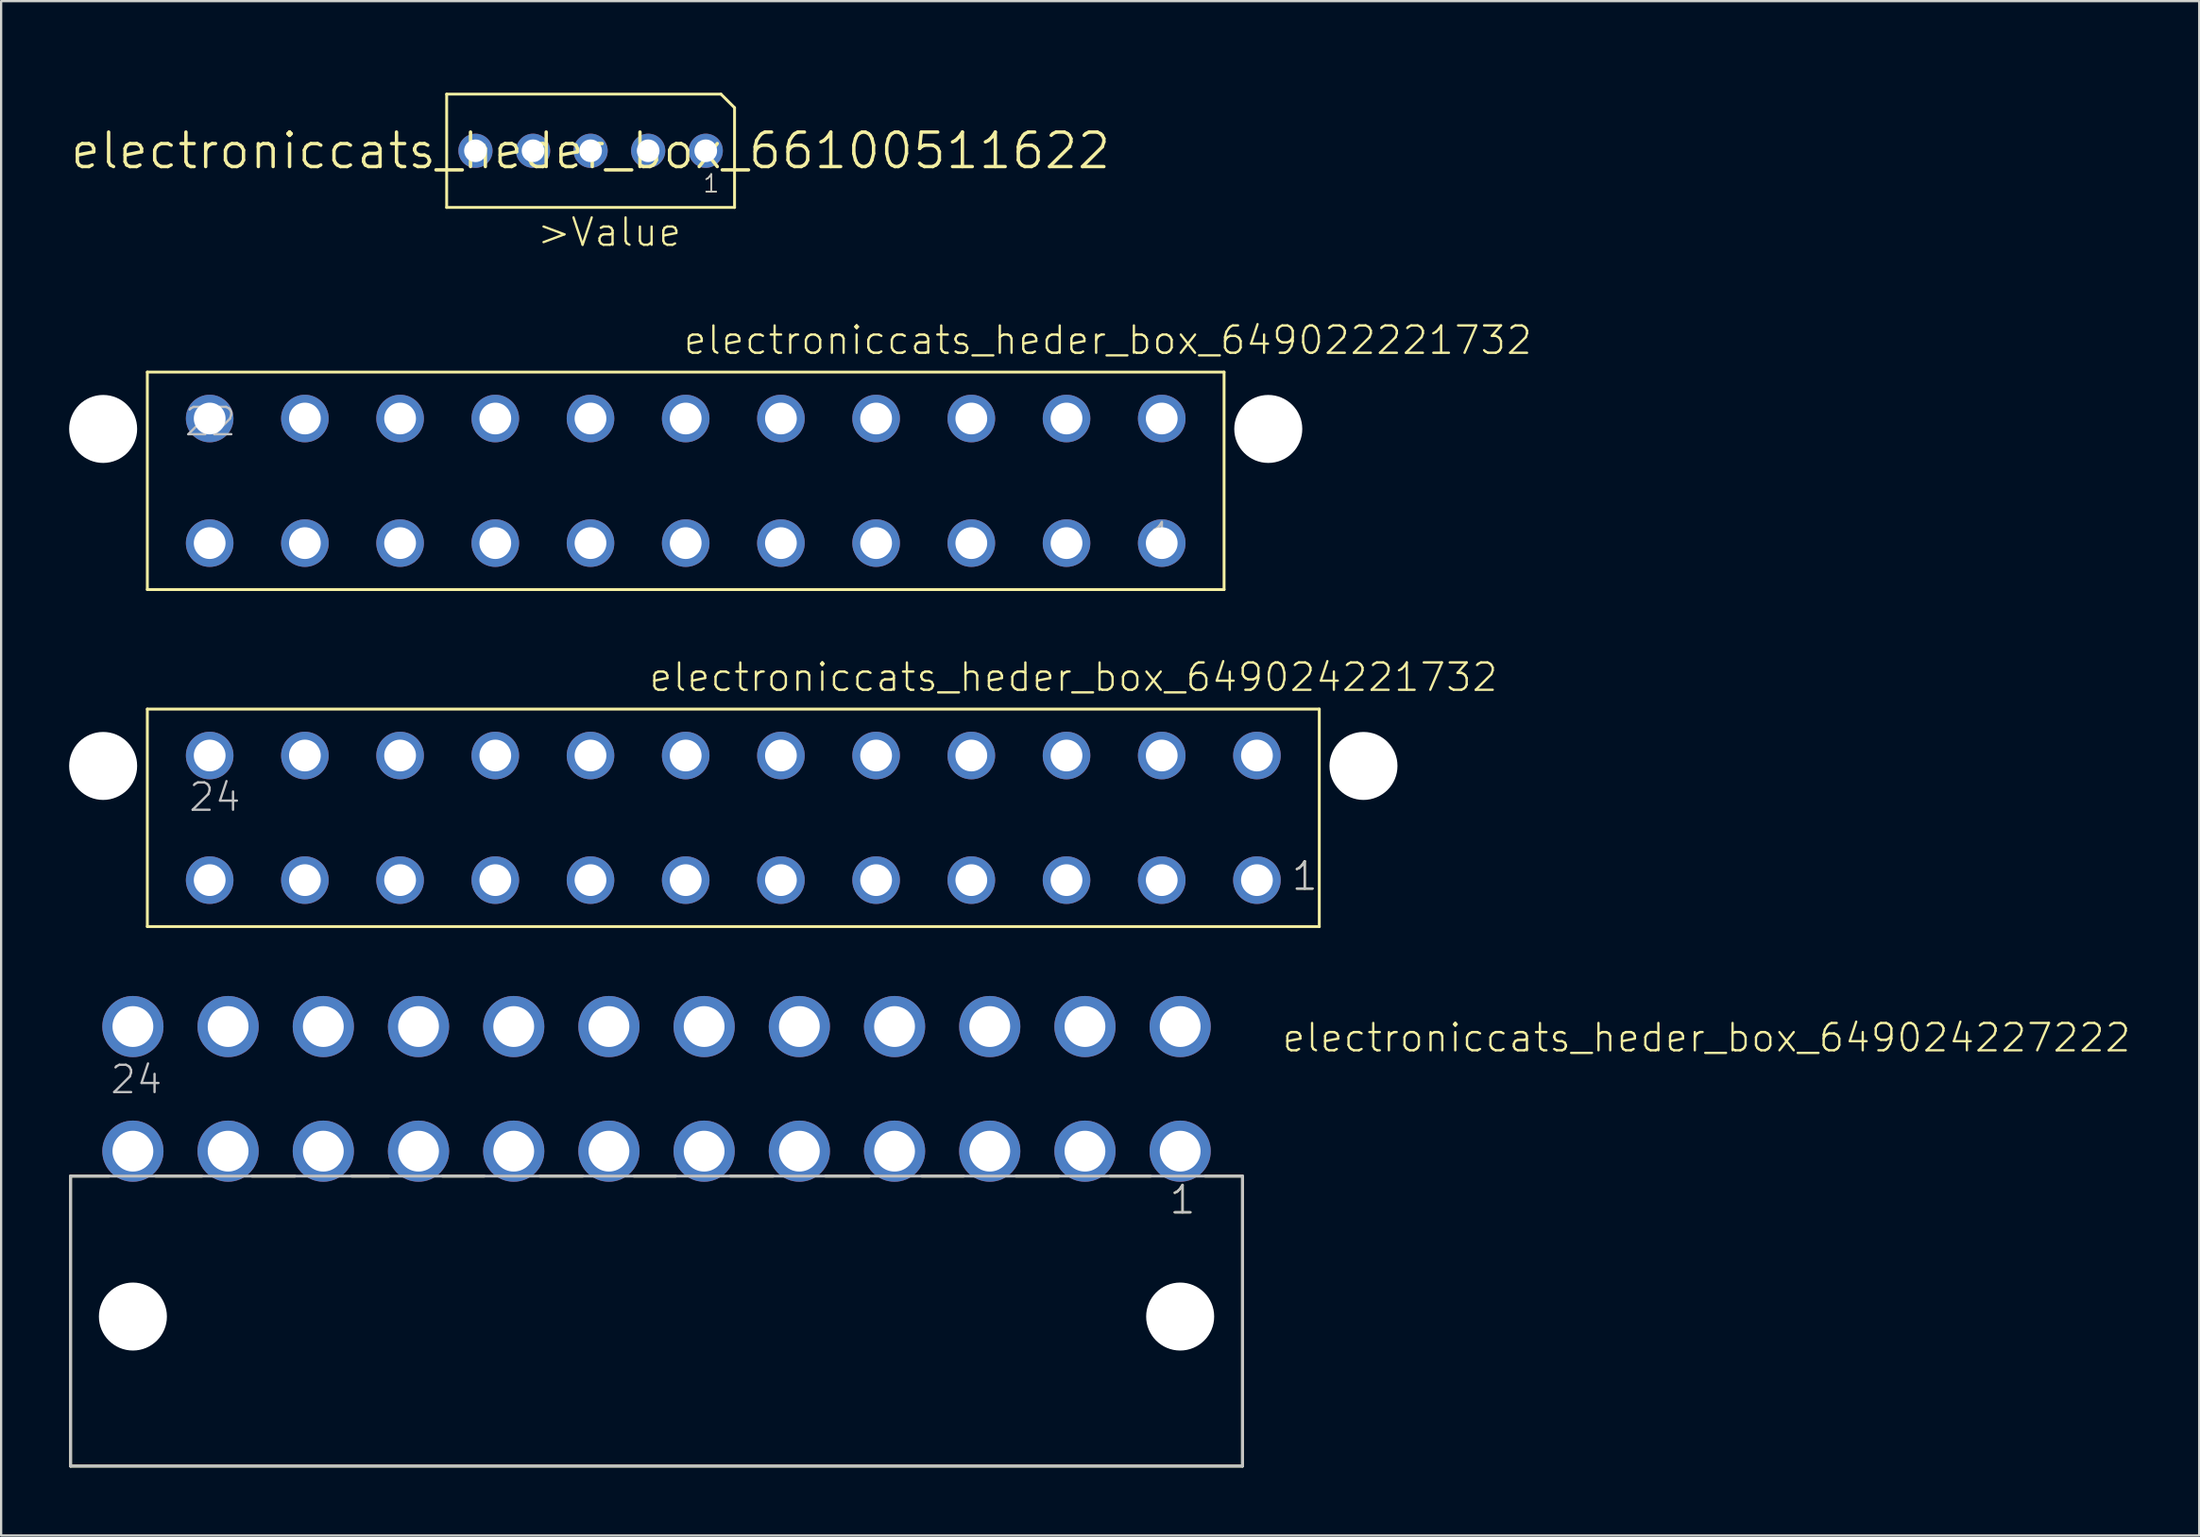
<source format=kicad_pcb>
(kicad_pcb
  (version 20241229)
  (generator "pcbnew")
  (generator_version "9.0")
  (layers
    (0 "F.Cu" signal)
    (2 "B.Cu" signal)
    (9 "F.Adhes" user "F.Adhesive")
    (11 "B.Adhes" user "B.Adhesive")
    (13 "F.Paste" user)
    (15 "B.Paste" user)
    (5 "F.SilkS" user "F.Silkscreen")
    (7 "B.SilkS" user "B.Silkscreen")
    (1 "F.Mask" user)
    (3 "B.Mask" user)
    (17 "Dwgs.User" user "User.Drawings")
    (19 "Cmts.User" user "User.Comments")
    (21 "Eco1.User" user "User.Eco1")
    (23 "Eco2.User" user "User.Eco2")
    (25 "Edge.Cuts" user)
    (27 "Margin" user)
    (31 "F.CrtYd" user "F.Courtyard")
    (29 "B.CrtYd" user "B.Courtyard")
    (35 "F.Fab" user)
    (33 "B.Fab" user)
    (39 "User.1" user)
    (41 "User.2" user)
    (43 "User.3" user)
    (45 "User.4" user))
  (footprint "electroniccats_heder_box_649022221732"
    (layer "F.Cu")
    (at 27.2 18.173)
    (property "Reference" "electroniccats_heder_box_649022221732" (at -0.165 -5.5 0) (layer "F.SilkS") (effects (font (size 1.206 1.206) (thickness 0.102)) (justify left bottom)))
    (attr through_hole)
    (fp_line (start -23.75 -4.8) (end 23.75 -4.8) (stroke (width 0.127) (type solid)) (layer "F.SilkS"))
    (fp_line (start -23.75 4.8) (end -23.75 -4.8) (stroke (width 0.127) (type solid)) (layer "F.SilkS"))
    (fp_line (start 23.75 -4.8) (end 23.75 4.8) (stroke (width 0.127) (type solid)) (layer "F.SilkS"))
    (fp_line (start 23.75 4.8) (end -23.75 4.8) (stroke (width 0.127) (type solid)) (layer "F.SilkS"))
    (fp_text user "22" (at -22.18 -1.905 0) (layer "Dwgs.User") (effects (font (size 1.206 1.206) (thickness 0.102)) (justify left bottom)))
    (fp_text user "1" (at 20.365 3.175 0) (layer "Dwgs.User") (effects (font (size 1.206 1.206) (thickness 0.102)) (justify left bottom)))
    (pad "" np_thru_hole circle (at -25.7 -2.29) (size 3 3) (drill 3) (layers "*.Cu"))
    (pad "" np_thru_hole circle (at 25.7 -2.29) (size 3 3) (drill 3) (layers "*.Cu"))
    (pad "1" thru_hole circle (at 21 2.75) (size 2.1 2.1) (drill 1.4) (layers "*.Cu" "*.Mask"))
    (pad "2" thru_hole circle (at 16.8 2.75) (size 2.1 2.1) (drill 1.4) (layers "*.Cu" "*.Mask"))
    (pad "3" thru_hole circle (at 12.6 2.75) (size 2.1 2.1) (drill 1.4) (layers "*.Cu" "*.Mask"))
    (pad "4" thru_hole circle (at 8.4 2.75) (size 2.1 2.1) (drill 1.4) (layers "*.Cu" "*.Mask"))
    (pad "5" thru_hole circle (at 4.2 2.75) (size 2.1 2.1) (drill 1.4) (layers "*.Cu" "*.Mask"))
    (pad "6" thru_hole circle (at 0 2.75) (size 2.1 2.1) (drill 1.4) (layers "*.Cu" "*.Mask"))
    (pad "7" thru_hole circle (at -4.2 2.75) (size 2.1 2.1) (drill 1.4) (layers "*.Cu" "*.Mask"))
    (pad "8" thru_hole circle (at -8.4 2.75) (size 2.1 2.1) (drill 1.4) (layers "*.Cu" "*.Mask"))
    (pad "9" thru_hole circle (at -12.6 2.75) (size 2.1 2.1) (drill 1.4) (layers "*.Cu" "*.Mask"))
    (pad "10" thru_hole circle (at -16.8 2.75) (size 2.1 2.1) (drill 1.4) (layers "*.Cu" "*.Mask"))
    (pad "11" thru_hole circle (at -21 2.75) (size 2.1 2.1) (drill 1.4) (layers "*.Cu" "*.Mask"))
    (pad "12" thru_hole circle (at 21 -2.75) (size 2.1 2.1) (drill 1.4) (layers "*.Cu" "*.Mask"))
    (pad "13" thru_hole circle (at 16.8 -2.75) (size 2.1 2.1) (drill 1.4) (layers "*.Cu" "*.Mask"))
    (pad "14" thru_hole circle (at 12.6 -2.75) (size 2.1 2.1) (drill 1.4) (layers "*.Cu" "*.Mask"))
    (pad "15" thru_hole circle (at 8.4 -2.75) (size 2.1 2.1) (drill 1.4) (layers "*.Cu" "*.Mask"))
    (pad "16" thru_hole circle (at 4.2 -2.75) (size 2.1 2.1) (drill 1.4) (layers "*.Cu" "*.Mask"))
    (pad "17" thru_hole circle (at 0 -2.75) (size 2.1 2.1) (drill 1.4) (layers "*.Cu" "*.Mask"))
    (pad "18" thru_hole circle (at -4.2 -2.75) (size 2.1 2.1) (drill 1.4) (layers "*.Cu" "*.Mask"))
    (pad "19" thru_hole circle (at -8.4 -2.75) (size 2.1 2.1) (drill 1.4) (layers "*.Cu" "*.Mask"))
    (pad "20" thru_hole circle (at -12.6 -2.75) (size 2.1 2.1) (drill 1.4) (layers "*.Cu" "*.Mask"))
    (pad "21" thru_hole circle (at -16.8 -2.75) (size 2.1 2.1) (drill 1.4) (layers "*.Cu" "*.Mask"))
    (pad "22" thru_hole circle (at -21 -2.75) (size 2.1 2.1) (drill 1.4) (layers "*.Cu" "*.Mask")))
  (footprint "electroniccats_heder_box_66100511622"
    (layer "F.Cu")
    (at 23.005 3.605)
    (property "Reference" "electroniccats_heder_box_66100511622" (at 0 0 0) (layer "F.SilkS") (effects (font (size 1.524 1.524) (thickness 0.15))))
    (attr through_hole)
    (fp_line (start -6.35 -2.5) (end -6.35 2.5) (stroke (width 0.127) (type solid)) (layer "F.SilkS"))
    (fp_line (start -6.35 -2.5) (end 5.75 -2.5) (stroke (width 0.127) (type solid)) (layer "F.SilkS"))
    (fp_line (start -6.35 2.5) (end 6.35 2.5) (stroke (width 0.127) (type solid)) (layer "F.SilkS"))
    (fp_line (start 5.75 -2.5) (end 6.35 -1.9) (stroke (width 0.127) (type solid)) (layer "F.SilkS"))
    (fp_line (start 6.35 -1.9) (end 6.35 2.5) (stroke (width 0.127) (type solid)) (layer "F.SilkS"))
    (fp_text user ">Value" (at -2.43 4.3 0) (layer "F.SilkS") (effects (font (size 1.206 1.206) (thickness 0.102)) (justify left bottom)))
    (fp_text user "" (at -2.53 -3.3 0) (layer "F.SilkS") (effects (font (size 1.206 1.206) (thickness 0.102)) (justify left bottom)))
    (fp_text user "1" (at 4.91 1.9 0) (layer "F.SilkS") (effects (font (size 0.772 0.772) (thickness 0.065)) (justify left bottom)))
    (fp_text user "1" (at 4.91 1.9 0) (layer "Dwgs.User") (effects (font (size 0.772 0.772) (thickness 0.065)) (justify left bottom)))
    (pad "1" thru_hole circle (at 5.08 0 180) (size 1.508 1.508) (drill 1) (layers "*.Cu" "*.Mask"))
    (pad "2" thru_hole circle (at 2.54 0 180) (size 1.508 1.508) (drill 1) (layers "*.Cu" "*.Mask"))
    (pad "3" thru_hole circle (at 0 0 180) (size 1.508 1.508) (drill 1) (layers "*.Cu" "*.Mask"))
    (pad "4" thru_hole circle (at -2.54 0 180) (size 1.508 1.508) (drill 1) (layers "*.Cu" "*.Mask"))
    (pad "5" thru_hole circle (at -5.08 0 180) (size 1.508 1.508) (drill 1) (layers "*.Cu" "*.Mask")))
  (footprint "electroniccats_heder_box_649024221732"
    (layer "F.Cu")
    (at 29.3 33.048)
    (property "Reference" "electroniccats_heder_box_649024221732" (at -3.78 -5.5 0) (layer "F.SilkS") (effects (font (size 1.206 1.206) (thickness 0.102)) (justify left bottom)))
    (attr through_hole)
    (fp_line (start -25.85 -4.8) (end 25.85 -4.8) (stroke (width 0.127) (type solid)) (layer "F.SilkS"))
    (fp_line (start -25.85 4.8) (end -25.85 -4.8) (stroke (width 0.127) (type solid)) (layer "F.SilkS"))
    (fp_line (start 25.85 -4.8) (end 25.85 4.8) (stroke (width 0.127) (type solid)) (layer "F.SilkS"))
    (fp_line (start 25.85 4.8) (end -25.85 4.8) (stroke (width 0.127) (type solid)) (layer "F.SilkS"))
    (fp_text user "1" (at 24.565 3.275 0) (layer "F.SilkS") (effects (font (size 1.206 1.206) (thickness 0.102)) (justify left bottom)))
    (fp_text user "1" (at 24.565 3.275 0) (layer "Dwgs.User") (effects (font (size 1.206 1.206) (thickness 0.102)) (justify left bottom)))
    (fp_text user "24" (at -24.09 -0.205 0) (layer "Dwgs.User") (effects (font (size 1.206 1.206) (thickness 0.102)) (justify left bottom)))
    (pad "" np_thru_hole circle (at -27.8 -2.29) (size 3 3) (drill 3) (layers "*.Cu"))
    (pad "" np_thru_hole circle (at 27.8 -2.29) (size 3 3) (drill 3) (layers "*.Cu"))
    (pad "1" thru_hole circle (at 23.1 2.75) (size 2.1 2.1) (drill 1.4) (layers "*.Cu" "*.Mask"))
    (pad "2" thru_hole circle (at 18.9 2.75) (size 2.1 2.1) (drill 1.4) (layers "*.Cu" "*.Mask"))
    (pad "3" thru_hole circle (at 14.7 2.75) (size 2.1 2.1) (drill 1.4) (layers "*.Cu" "*.Mask"))
    (pad "4" thru_hole circle (at 10.5 2.75) (size 2.1 2.1) (drill 1.4) (layers "*.Cu" "*.Mask"))
    (pad "5" thru_hole circle (at 6.3 2.75) (size 2.1 2.1) (drill 1.4) (layers "*.Cu" "*.Mask"))
    (pad "6" thru_hole circle (at 2.1 2.75) (size 2.1 2.1) (drill 1.4) (layers "*.Cu" "*.Mask"))
    (pad "7" thru_hole circle (at -2.1 2.75) (size 2.1 2.1) (drill 1.4) (layers "*.Cu" "*.Mask"))
    (pad "8" thru_hole circle (at -6.3 2.75) (size 2.1 2.1) (drill 1.4) (layers "*.Cu" "*.Mask"))
    (pad "9" thru_hole circle (at -10.5 2.75) (size 2.1 2.1) (drill 1.4) (layers "*.Cu" "*.Mask"))
    (pad "10" thru_hole circle (at -14.7 2.75) (size 2.1 2.1) (drill 1.4) (layers "*.Cu" "*.Mask"))
    (pad "11" thru_hole circle (at -18.9 2.75) (size 2.1 2.1) (drill 1.4) (layers "*.Cu" "*.Mask"))
    (pad "12" thru_hole circle (at -23.1 2.75) (size 2.1 2.1) (drill 1.4) (layers "*.Cu" "*.Mask"))
    (pad "13" thru_hole circle (at 23.1 -2.75) (size 2.1 2.1) (drill 1.4) (layers "*.Cu" "*.Mask"))
    (pad "14" thru_hole circle (at 18.9 -2.75) (size 2.1 2.1) (drill 1.4) (layers "*.Cu" "*.Mask"))
    (pad "15" thru_hole circle (at 14.7 -2.75) (size 2.1 2.1) (drill 1.4) (layers "*.Cu" "*.Mask"))
    (pad "16" thru_hole circle (at 10.5 -2.75) (size 2.1 2.1) (drill 1.4) (layers "*.Cu" "*.Mask"))
    (pad "17" thru_hole circle (at 6.3 -2.75) (size 2.1 2.1) (drill 1.4) (layers "*.Cu" "*.Mask"))
    (pad "18" thru_hole circle (at 2.1 -2.75) (size 2.1 2.1) (drill 1.4) (layers "*.Cu" "*.Mask"))
    (pad "19" thru_hole circle (at -2.1 -2.75) (size 2.1 2.1) (drill 1.4) (layers "*.Cu" "*.Mask"))
    (pad "20" thru_hole circle (at -6.3 -2.75) (size 2.1 2.1) (drill 1.4) (layers "*.Cu" "*.Mask"))
    (pad "21" thru_hole circle (at -10.5 -2.75) (size 2.1 2.1) (drill 1.4) (layers "*.Cu" "*.Mask"))
    (pad "22" thru_hole circle (at -14.7 -2.75) (size 2.1 2.1) (drill 1.4) (layers "*.Cu" "*.Mask"))
    (pad "23" thru_hole circle (at -18.9 -2.75) (size 2.1 2.1) (drill 1.4) (layers "*.Cu" "*.Mask"))
    (pad "24" thru_hole circle (at -23.1 -2.75) (size 2.1 2.1) (drill 1.4) (layers "*.Cu" "*.Mask")))
  (footprint "electroniccats_heder_box_649024227222"
    (layer "F.Cu")
    (at 25.913 55.061)
    (property "Reference" "electroniccats_heder_box_649024227222" (at 27.532 -11.6 0) (layer "F.SilkS") (effects (font (size 1.206 1.206) (thickness 0.102)) (justify left bottom)))
    (attr through_hole)
    (fp_line (start -25.85 -6.2) (end -24.15 -6.2) (stroke (width 0.127) (type solid)) (layer "F.SilkS"))
    (fp_line (start -25.85 6.6) (end -25.85 -6.2) (stroke (width 0.127) (type solid)) (layer "F.SilkS"))
    (fp_line (start -22.1 -6.2) (end -20.05 -6.2) (stroke (width 0.127) (type solid)) (layer "F.SilkS"))
    (fp_line (start -17.85 -6.2) (end -15.95 -6.2) (stroke (width 0.127) (type solid)) (layer "F.SilkS"))
    (fp_line (start -13.45 -6.2) (end -11.8 -6.2) (stroke (width 0.127) (type solid)) (layer "F.SilkS"))
    (fp_line (start -9.45 -6.2) (end -7.6 -6.2) (stroke (width 0.127) (type solid)) (layer "F.SilkS"))
    (fp_line (start -5.15 -6.2) (end -3.25 -6.2) (stroke (width 0.127) (type solid)) (layer "F.SilkS"))
    (fp_line (start -1 -6.2) (end 0.85 -6.2) (stroke (width 0.127) (type solid)) (layer "F.SilkS"))
    (fp_line (start 3.25 -6.2) (end 5.15 -6.2) (stroke (width 0.127) (type solid)) (layer "F.SilkS"))
    (fp_line (start 7.45 -6.2) (end 9.4 -6.2) (stroke (width 0.127) (type solid)) (layer "F.SilkS"))
    (fp_line (start 11.7 -6.2) (end 13.55 -6.2) (stroke (width 0.127) (type solid)) (layer "F.SilkS"))
    (fp_line (start 15.85 -6.2) (end 17.75 -6.2) (stroke (width 0.127) (type solid)) (layer "F.SilkS"))
    (fp_line (start 20 -6.2) (end 21.8 -6.2) (stroke (width 0.127) (type solid)) (layer "F.SilkS"))
    (fp_line (start 24.2 -6.2) (end 25.8 -6.2) (stroke (width 0.127) (type solid)) (layer "F.SilkS"))
    (fp_line (start 25.85 -6.2) (end 25.85 6.6) (stroke (width 0.127) (type solid)) (layer "F.SilkS"))
    (fp_line (start 25.85 6.6) (end -25.85 6.6) (stroke (width 0.127) (type solid)) (layer "F.SilkS"))
    (fp_line (start -25.85 -6.2) (end 25.85 -6.2) (stroke (width 0.127) (type solid)) (layer "Dwgs.User"))
    (fp_line (start -25.85 6.6) (end -25.85 -6.2) (stroke (width 0.127) (type solid)) (layer "Dwgs.User"))
    (fp_line (start 25.85 -6.2) (end 25.85 6.6) (stroke (width 0.127) (type solid)) (layer "Dwgs.User"))
    (fp_line (start 25.85 6.6) (end -25.85 6.6) (stroke (width 0.127) (type solid)) (layer "Dwgs.User"))
    (fp_text user "1" (at 22.565 -4.45 0) (layer "F.SilkS") (effects (font (size 1.206 1.206) (thickness 0.102)) (justify left bottom)))
    (fp_text user "1" (at 22.565 -4.45 0) (layer "Dwgs.User") (effects (font (size 1.206 1.206) (thickness 0.102)) (justify left bottom)))
    (fp_text user "24" (at -24.165 -9.755 0) (layer "Dwgs.User") (effects (font (size 1.206 1.206) (thickness 0.102)) (justify left bottom)))
    (pad "" np_thru_hole circle (at -23.1 0) (size 3 3) (drill 3) (layers "*.Cu"))
    (pad "" np_thru_hole circle (at 23.1 0) (size 3 3) (drill 3) (layers "*.Cu"))
    (pad "1" thru_hole circle (at 23.1 -7.3) (size 2.7 2.7) (drill 1.8) (layers "*.Cu" "*.Mask"))
    (pad "2" thru_hole circle (at 18.9 -7.3) (size 2.7 2.7) (drill 1.8) (layers "*.Cu" "*.Mask"))
    (pad "3" thru_hole circle (at 14.7 -7.3) (size 2.7 2.7) (drill 1.8) (layers "*.Cu" "*.Mask"))
    (pad "4" thru_hole circle (at 10.5 -7.3) (size 2.7 2.7) (drill 1.8) (layers "*.Cu" "*.Mask"))
    (pad "5" thru_hole circle (at 6.3 -7.3) (size 2.7 2.7) (drill 1.8) (layers "*.Cu" "*.Mask"))
    (pad "6" thru_hole circle (at 2.1 -7.3) (size 2.7 2.7) (drill 1.8) (layers "*.Cu" "*.Mask"))
    (pad "7" thru_hole circle (at -2.1 -7.3) (size 2.7 2.7) (drill 1.8) (layers "*.Cu" "*.Mask"))
    (pad "8" thru_hole circle (at -6.3 -7.3) (size 2.7 2.7) (drill 1.8) (layers "*.Cu" "*.Mask"))
    (pad "9" thru_hole circle (at -10.5 -7.3) (size 2.7 2.7) (drill 1.8) (layers "*.Cu" "*.Mask"))
    (pad "10" thru_hole circle (at -14.7 -7.3) (size 2.7 2.7) (drill 1.8) (layers "*.Cu" "*.Mask"))
    (pad "11" thru_hole circle (at -18.9 -7.3) (size 2.7 2.7) (drill 1.8) (layers "*.Cu" "*.Mask"))
    (pad "12" thru_hole circle (at -23.1 -7.3) (size 2.7 2.7) (drill 1.8) (layers "*.Cu" "*.Mask"))
    (pad "13" thru_hole circle (at 23.1 -12.8) (size 2.7 2.7) (drill 1.8) (layers "*.Cu" "*.Mask"))
    (pad "14" thru_hole circle (at 18.9 -12.8) (size 2.7 2.7) (drill 1.8) (layers "*.Cu" "*.Mask"))
    (pad "15" thru_hole circle (at 14.7 -12.8) (size 2.7 2.7) (drill 1.8) (layers "*.Cu" "*.Mask"))
    (pad "16" thru_hole circle (at 10.5 -12.8) (size 2.7 2.7) (drill 1.8) (layers "*.Cu" "*.Mask"))
    (pad "17" thru_hole circle (at 6.3 -12.8) (size 2.7 2.7) (drill 1.8) (layers "*.Cu" "*.Mask"))
    (pad "18" thru_hole circle (at 2.1 -12.8) (size 2.7 2.7) (drill 1.8) (layers "*.Cu" "*.Mask"))
    (pad "19" thru_hole circle (at -2.1 -12.8) (size 2.7 2.7) (drill 1.8) (layers "*.Cu" "*.Mask"))
    (pad "20" thru_hole circle (at -6.3 -12.8) (size 2.7 2.7) (drill 1.8) (layers "*.Cu" "*.Mask"))
    (pad "21" thru_hole circle (at -10.5 -12.8) (size 2.7 2.7) (drill 1.8) (layers "*.Cu" "*.Mask"))
    (pad "22" thru_hole circle (at -14.7 -12.8) (size 2.7 2.7) (drill 1.8) (layers "*.Cu" "*.Mask"))
    (pad "23" thru_hole circle (at -18.9 -12.8) (size 2.7 2.7) (drill 1.8) (layers "*.Cu" "*.Mask"))
    (pad "24" thru_hole circle (at -23.1 -12.8) (size 2.7 2.7) (drill 1.8) (layers "*.Cu" "*.Mask")))
  (gr_rect
    (start -3 -3)
    (end 93.968 64.725)
    (stroke (width 0.1) (type default))
    (fill no)
    (layer "Edge.Cuts")))
</source>
